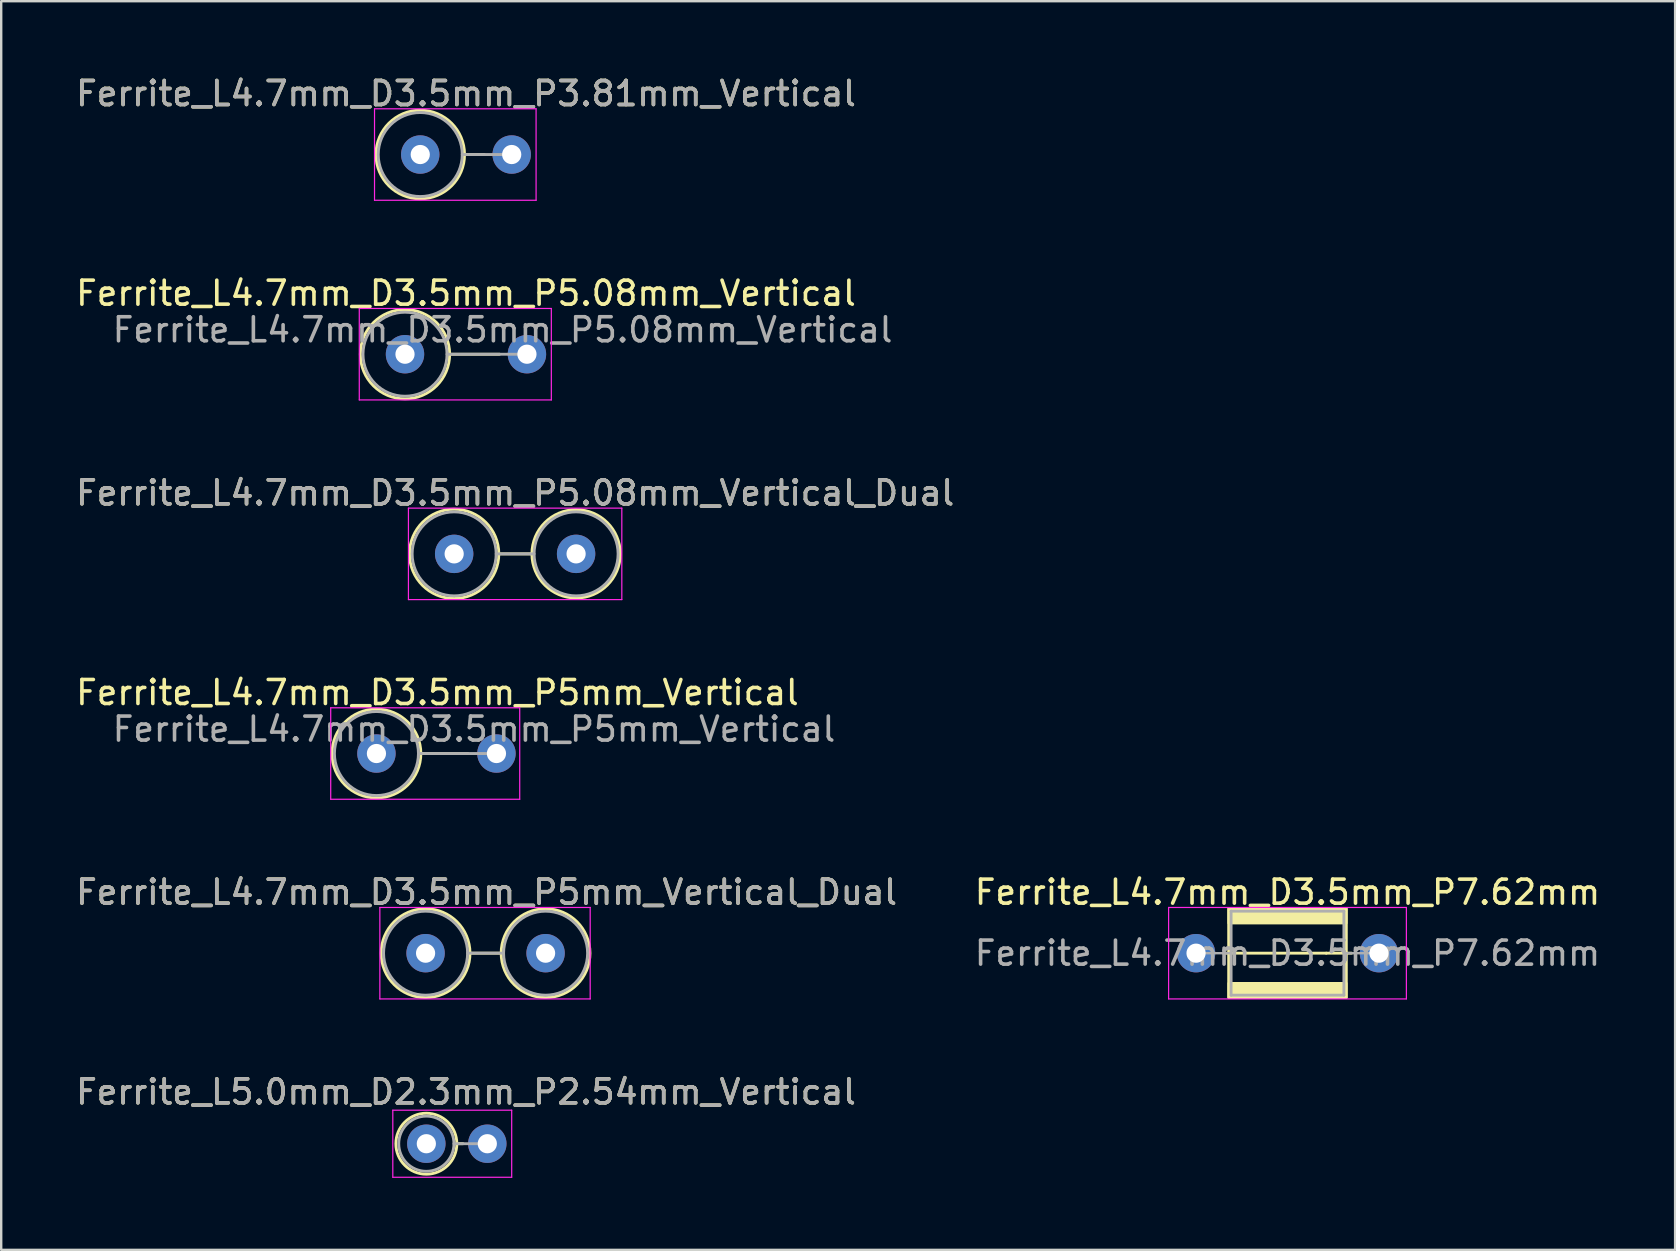
<source format=kicad_pcb>
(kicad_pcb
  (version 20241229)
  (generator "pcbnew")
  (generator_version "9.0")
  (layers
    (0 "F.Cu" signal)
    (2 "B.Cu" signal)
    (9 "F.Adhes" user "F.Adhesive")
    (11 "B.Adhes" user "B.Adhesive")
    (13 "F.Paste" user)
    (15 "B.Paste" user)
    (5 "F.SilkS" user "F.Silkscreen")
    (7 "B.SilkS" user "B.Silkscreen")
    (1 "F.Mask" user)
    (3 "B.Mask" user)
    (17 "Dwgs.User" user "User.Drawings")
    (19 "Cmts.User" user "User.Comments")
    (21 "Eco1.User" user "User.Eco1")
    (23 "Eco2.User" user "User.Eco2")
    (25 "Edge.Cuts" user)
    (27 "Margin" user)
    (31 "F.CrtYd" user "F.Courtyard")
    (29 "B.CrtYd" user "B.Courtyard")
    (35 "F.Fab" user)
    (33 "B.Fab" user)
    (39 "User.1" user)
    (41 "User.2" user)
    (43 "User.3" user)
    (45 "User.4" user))
  (footprint "Ferrite_L4.7mm_D3.5mm_P7.62mm"
    (layer "F.Cu")
    (at 46.779 36.661)
    (property "Reference" "Ferrite_L4.7mm_D3.5mm_P7.62mm" (at 3.81 -2.54 0) (layer "F.SilkS") (effects (font (size 1 1) (thickness 0.15))))
    (fp_line (start 5.424 0.000002) (end 1.143 0) (stroke (width 0.12) (type solid)) (layer "F.SilkS"))
    (fp_line (start 5.424 0.000002) (end 6.477 0) (stroke (width 0.12) (type solid)) (layer "F.SilkS"))
    (fp_rect (start 1.36 -1.85) (end 6.26 1.85) (stroke (width 0.12) (type solid)) (fill no) (layer "F.SilkS"))
    (fp_poly (pts (xy 6.26 -1.25) (xy 1.36 -1.25) (xy 1.36 -1.85) (xy 6.26 -1.85)) (stroke (width 0.1) (type solid)) (fill yes) (layer "F.SilkS"))
    (fp_poly (pts (xy 6.26 1.85) (xy 1.36 1.85) (xy 1.36 1.25) (xy 6.26 1.25)) (stroke (width 0.1) (type solid)) (fill yes) (layer "F.SilkS"))
    (fp_line (start -1.143 -1.905) (end 8.763 -1.905) (stroke (width 0.05) (type solid)) (layer "F.CrtYd"))
    (fp_line (start -1.143 1.905) (end -1.143 -1.905) (stroke (width 0.05) (type solid)) (layer "F.CrtYd"))
    (fp_line (start 8.763 -1.905) (end 8.763 1.905) (stroke (width 0.05) (type solid)) (layer "F.CrtYd"))
    (fp_line (start 8.763 1.905) (end -1.143 1.905) (stroke (width 0.05) (type solid)) (layer "F.CrtYd"))
    (fp_line (start 0 0) (end 1.46 0) (stroke (width 0.1) (type solid)) (layer "F.Fab"))
    (fp_line (start 1.46 -1.75) (end 1.46 0) (stroke (width 0.12) (type solid)) (layer "F.Fab"))
    (fp_line (start 1.46 0) (end 1.46 1.75) (stroke (width 0.12) (type solid)) (layer "F.Fab"))
    (fp_line (start 1.46 1.75) (end 6.16 1.75) (stroke (width 0.12) (type solid)) (layer "F.Fab"))
    (fp_line (start 6.16 -1.75) (end 1.46 -1.75) (stroke (width 0.12) (type solid)) (layer "F.Fab"))
    (fp_line (start 6.16 1.75) (end 6.16 -1.75) (stroke (width 0.12) (type solid)) (layer "F.Fab"))
    (fp_line (start 7.62 0) (end 6.16 0) (stroke (width 0.1) (type solid)) (layer "F.Fab"))
    (fp_text user "${REFERENCE}" (at 3.81 0 0) (layer "F.Fab") (effects (font (size 1 1) (thickness 0.15))))
    (pad "1" thru_hole circle (at 0 0) (size 1.6 1.6) (drill 0.8) (layers "*.Cu" "*.Mask"))
    (pad "2" thru_hole circle (at 7.62 0) (size 1.6 1.6) (drill 0.8) (layers "*.Cu" "*.Mask")))
  (footprint "Ferrite_L4.7mm_D3.5mm_P5.08mm_Vertical"
    (layer "F.Cu")
    (at 13.823 11.707)
    (property "Reference" "Ferrite_L4.7mm_D3.5mm_P5.08mm_Vertical" (at 2.54 -2.54 0) (layer "F.SilkS") (effects (font (size 1 1) (thickness 0.15))))
    (fp_line (start 1.86 0) (end 3.937 0) (stroke (width 0.12) (type solid)) (layer "F.SilkS"))
    (fp_circle (center 0 0) (end -1.86 0) (stroke (width 0.12) (type solid)) (fill no) (layer "F.SilkS"))
    (fp_line (start -1.905 -1.905) (end 6.096 -1.905) (stroke (width 0.05) (type solid)) (layer "F.CrtYd"))
    (fp_line (start -1.905 1.905) (end -1.905 -1.905) (stroke (width 0.05) (type solid)) (layer "F.CrtYd"))
    (fp_line (start 6.096 -1.905) (end 6.096 1.905) (stroke (width 0.05) (type solid)) (layer "F.CrtYd"))
    (fp_line (start 6.096 1.905) (end -1.905 1.905) (stroke (width 0.05) (type solid)) (layer "F.CrtYd"))
    (fp_line (start 1.75 0) (end 5.08 0) (stroke (width 0.12) (type solid)) (layer "F.Fab"))
    (fp_circle (center 0 0) (end -1.75 0) (stroke (width 0.12) (type solid)) (fill no) (layer "F.Fab"))
    (fp_text user "${REFERENCE}" (at 4.064 -1.016 0) (layer "F.Fab") (effects (font (size 1 1) (thickness 0.15))))
    (pad "1" thru_hole circle (at 0 0) (size 1.6 1.6) (drill 0.8) (layers "*.Cu" "*.Mask"))
    (pad "2" thru_hole circle (at 5.08 0) (size 1.6 1.6) (drill 0.8) (layers "*.Cu" "*.Mask")))
  (footprint "Ferrite_L4.7mm_D3.5mm_P5mm_Vertical_Dual"
    (layer "F.Cu")
    (at 14.68 36.661)
    (property "Reference" "Ferrite_L4.7mm_D3.5mm_P5mm_Vertical_Dual" (at 2.54 -2.54 0) (layer "F.SilkS") (effects (font (size 1 1) (thickness 0.15))))
    (fp_line (start 1.85 0) (end 3.15 0) (stroke (width 0.12) (type solid)) (layer "F.SilkS"))
    (fp_circle (center 0 0) (end -1.85 0) (stroke (width 0.12) (type solid)) (fill no) (layer "F.SilkS"))
    (fp_circle (center 5 0) (end 3.15 0) (stroke (width 0.12) (type solid)) (fill no) (layer "F.SilkS"))
    (fp_line (start -1.905 -1.905) (end 6.858 -1.905) (stroke (width 0.05) (type solid)) (layer "F.CrtYd"))
    (fp_line (start -1.905 1.905) (end -1.905 -1.905) (stroke (width 0.05) (type solid)) (layer "F.CrtYd"))
    (fp_line (start 6.858 -1.905) (end 6.858 1.905) (stroke (width 0.05) (type solid)) (layer "F.CrtYd"))
    (fp_line (start 6.858 1.905) (end -1.905 1.905) (stroke (width 0.05) (type solid)) (layer "F.CrtYd"))
    (fp_line (start 1.75 0) (end 3.25 0) (stroke (width 0.12) (type solid)) (layer "F.Fab"))
    (fp_circle (center 0 0) (end -1.75 0) (stroke (width 0.12) (type solid)) (fill no) (layer "F.Fab"))
    (fp_circle (center 5 0) (end 3.25 0) (stroke (width 0.12) (type solid)) (fill no) (layer "F.Fab"))
    (fp_text user "${REFERENCE}" (at 2.54 -2.539 0) (layer "F.Fab") (effects (font (size 1 1) (thickness 0.15))))
    (pad "1" thru_hole circle (at 0 0) (size 1.6 1.6) (drill 0.8) (layers "*.Cu" "*.Mask"))
    (pad "2" thru_hole circle (at 5 0) (size 1.6 1.6) (drill 0.8) (layers "*.Cu" "*.Mask")))
  (footprint "Ferrite_L4.7mm_D3.5mm_P5mm_Vertical"
    (layer "F.Cu")
    (at 12.633 28.343)
    (property "Reference" "Ferrite_L4.7mm_D3.5mm_P5mm_Vertical" (at 2.54 -2.54 0) (layer "F.SilkS") (effects (font (size 1 1) (thickness 0.15))))
    (fp_line (start 1.85 0) (end 3.81 0) (stroke (width 0.12) (type solid)) (layer "F.SilkS"))
    (fp_circle (center 0 0) (end -1.85 0) (stroke (width 0.12) (type solid)) (fill no) (layer "F.SilkS"))
    (fp_line (start -1.905 -1.905) (end 5.969 -1.905) (stroke (width 0.05) (type solid)) (layer "F.CrtYd"))
    (fp_line (start -1.905 1.905) (end -1.905 -1.905) (stroke (width 0.05) (type solid)) (layer "F.CrtYd"))
    (fp_line (start 5.969 -1.905) (end 5.969 1.905) (stroke (width 0.05) (type solid)) (layer "F.CrtYd"))
    (fp_line (start 5.969 1.905) (end -1.905 1.905) (stroke (width 0.05) (type solid)) (layer "F.CrtYd"))
    (fp_line (start 1.75 0) (end 5 0) (stroke (width 0.12) (type solid)) (layer "F.Fab"))
    (fp_circle (center 0 0) (end -1.75 0) (stroke (width 0.12) (type solid)) (fill no) (layer "F.Fab"))
    (fp_text user "${REFERENCE}" (at 4.064 -1.016 0) (layer "F.Fab") (effects (font (size 1 1) (thickness 0.15))))
    (pad "1" thru_hole circle (at 0 0) (size 1.6 1.6) (drill 0.8) (layers "*.Cu" "*.Mask"))
    (pad "2" thru_hole circle (at 5 0) (size 1.6 1.6) (drill 0.8) (layers "*.Cu" "*.Mask")))
  (footprint "Ferrite_L4.7mm_D3.5mm_P5.08mm_Vertical_Dual"
    (layer "F.Cu")
    (at 15.871 20.025)
    (property "Reference" "Ferrite_L4.7mm_D3.5mm_P5.08mm_Vertical_Dual" (at 2.54 -2.54 0) (layer "F.SilkS") (effects (font (size 1 1) (thickness 0.15))))
    (fp_line (start 1.86 0) (end 3.24 0) (stroke (width 0.12) (type solid)) (layer "F.SilkS"))
    (fp_circle (center 0 0) (end -1.86 0) (stroke (width 0.12) (type solid)) (fill no) (layer "F.SilkS"))
    (fp_circle (center 5.08 0) (end 3.24 0) (stroke (width 0.12) (type solid)) (fill no) (layer "F.SilkS"))
    (fp_line (start -1.905 -1.905) (end 6.985 -1.905) (stroke (width 0.05) (type solid)) (layer "F.CrtYd"))
    (fp_line (start -1.905 1.905) (end -1.905 -1.905) (stroke (width 0.05) (type solid)) (layer "F.CrtYd"))
    (fp_line (start 6.985 -1.905) (end 6.985 1.905) (stroke (width 0.05) (type solid)) (layer "F.CrtYd"))
    (fp_line (start 6.985 1.905) (end -1.905 1.905) (stroke (width 0.05) (type solid)) (layer "F.CrtYd"))
    (fp_line (start 1.75 0) (end 3.33 0) (stroke (width 0.12) (type solid)) (layer "F.Fab"))
    (fp_circle (center 0 0) (end -1.75 0) (stroke (width 0.12) (type solid)) (fill no) (layer "F.Fab"))
    (fp_circle (center 5.08 0) (end 3.33 0) (stroke (width 0.12) (type solid)) (fill no) (layer "F.Fab"))
    (fp_text user "${REFERENCE}" (at 2.54 -2.539 0) (layer "F.Fab") (effects (font (size 1 1) (thickness 0.15))))
    (pad "1" thru_hole circle (at 0 0) (size 1.6 1.6) (drill 0.8) (layers "*.Cu" "*.Mask"))
    (pad "2" thru_hole circle (at 5.08 0) (size 1.6 1.6) (drill 0.8) (layers "*.Cu" "*.Mask")))
  (footprint "Ferrite_L4.7mm_D3.5mm_P3.81mm_Vertical"
    (layer "F.Cu")
    (at 14.458 3.388)
    (property "Reference" "Ferrite_L4.7mm_D3.5mm_P3.81mm_Vertical" (at 1.905 -2.54 0) (layer "F.SilkS") (effects (font (size 1 1) (thickness 0.15))))
    (fp_line (start 1.845 0) (end 2.667 0) (stroke (width 0.12) (type solid)) (layer "F.SilkS"))
    (fp_circle (center 0 0) (end -1.845 0) (stroke (width 0.12) (type solid)) (fill no) (layer "F.SilkS"))
    (fp_line (start -1.905 -1.905) (end 4.826 -1.905) (stroke (width 0.05) (type solid)) (layer "F.CrtYd"))
    (fp_line (start -1.905 1.905) (end -1.905 -1.905) (stroke (width 0.05) (type solid)) (layer "F.CrtYd"))
    (fp_line (start 4.826 -1.905) (end 4.826 1.905) (stroke (width 0.05) (type solid)) (layer "F.CrtYd"))
    (fp_line (start 4.826 1.905) (end -1.905 1.905) (stroke (width 0.05) (type solid)) (layer "F.CrtYd"))
    (fp_line (start 1.75 0) (end 3.81 0) (stroke (width 0.12) (type solid)) (layer "F.Fab"))
    (fp_circle (center 0 0) (end -1.75 0) (stroke (width 0.12) (type solid)) (fill no) (layer "F.Fab"))
    (fp_text user "${REFERENCE}" (at 1.905 -2.539 0) (layer "F.Fab") (effects (font (size 1 1) (thickness 0.15))))
    (pad "1" thru_hole circle (at 0 0) (size 1.6 1.6) (drill 0.8) (layers "*.Cu" "*.Mask"))
    (pad "2" thru_hole circle (at 3.81 0) (size 1.6 1.6) (drill 0.8) (layers "*.Cu" "*.Mask")))
  (footprint "Ferrite_L5.0mm_D2.3mm_P2.54mm_Vertical"
    (layer "F.Cu")
    (at 14.712 44.599)
    (property "Reference" "Ferrite_L5.0mm_D2.3mm_P2.54mm_Vertical" (at 1.651 -2.159 0) (layer "F.SilkS") (effects (font (size 1 1) (thickness 0.15))))
    (fp_line (start 1.27 0) (end 1.524 0) (stroke (width 0.12) (type solid)) (layer "F.SilkS"))
    (fp_circle (center 0 0) (end 1.27 0) (stroke (width 0.12) (type solid)) (fill no) (layer "F.SilkS"))
    (fp_line (start -1.397 -1.397) (end 3.556 -1.397) (stroke (width 0.05) (type solid)) (layer "F.CrtYd"))
    (fp_line (start -1.397 1.397) (end -1.397 -1.397) (stroke (width 0.05) (type solid)) (layer "F.CrtYd"))
    (fp_line (start 3.556 -1.397) (end 3.556 1.397) (stroke (width 0.05) (type solid)) (layer "F.CrtYd"))
    (fp_line (start 3.556 1.397) (end -1.397 1.397) (stroke (width 0.05) (type solid)) (layer "F.CrtYd"))
    (fp_line (start 1.15 0) (end 2.54 0) (stroke (width 0.12) (type solid)) (layer "F.Fab"))
    (fp_circle (center 0 0) (end 1.15 0) (stroke (width 0.12) (type solid)) (fill no) (layer "F.Fab"))
    (fp_text user "${REFERENCE}" (at 1.651 -2.158 0) (layer "F.Fab") (effects (font (size 1 1) (thickness 0.15))))
    (pad "1" thru_hole circle (at 0 0) (size 1.6 1.6) (drill 0.8) (layers "*.Cu" "*.Mask"))
    (pad "2" thru_hole circle (at 2.54 0) (size 1.6 1.6) (drill 0.8) (layers "*.Cu" "*.Mask")))
  (gr_rect
    (start -3 -3)
    (end 66.738 49.02)
    (stroke (width 0.1) (type default))
    (fill no)
    (layer "Edge.Cuts")))
</source>
